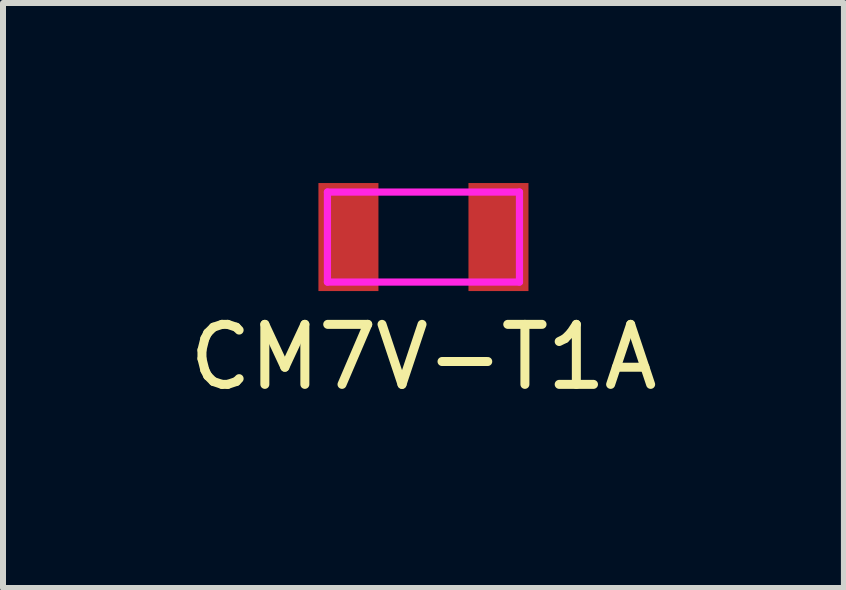
<source format=kicad_pcb>
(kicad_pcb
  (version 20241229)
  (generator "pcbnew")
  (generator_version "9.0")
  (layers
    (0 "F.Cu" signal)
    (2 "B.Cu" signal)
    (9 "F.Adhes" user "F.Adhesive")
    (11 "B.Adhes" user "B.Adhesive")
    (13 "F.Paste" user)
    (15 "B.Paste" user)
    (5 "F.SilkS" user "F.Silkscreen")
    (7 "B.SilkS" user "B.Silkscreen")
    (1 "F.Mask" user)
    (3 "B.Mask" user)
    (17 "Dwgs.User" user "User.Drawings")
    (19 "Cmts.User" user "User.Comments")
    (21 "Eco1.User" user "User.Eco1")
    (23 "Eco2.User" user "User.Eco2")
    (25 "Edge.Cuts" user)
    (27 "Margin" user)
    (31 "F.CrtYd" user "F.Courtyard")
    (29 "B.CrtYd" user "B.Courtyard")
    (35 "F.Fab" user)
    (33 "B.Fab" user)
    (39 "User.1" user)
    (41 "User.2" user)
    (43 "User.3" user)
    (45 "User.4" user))
  (footprint "CM7V-T1A"
    (layer "F.Cu")
    (at 4.006 0.9)
    (property "Reference" "CM7V-T1A" (at 0 2 0) (layer "F.SilkS") (effects (font (size 1 1) (thickness 0.15))))
    (attr through_hole)
    (fp_line (start -1.6 -0.75) (end -1.6 0.75) (stroke (width 0.12) (type solid)) (layer "F.CrtYd"))
    (fp_line (start -1.6 -0.75) (end 1.6 -0.75) (stroke (width 0.12) (type solid)) (layer "F.CrtYd"))
    (fp_line (start -1.6 0.75) (end 1.6 0.75) (stroke (width 0.12) (type solid)) (layer "F.CrtYd"))
    (fp_line (start 1.6 -0.75) (end 1.6 0.75) (stroke (width 0.12) (type solid)) (layer "F.CrtYd"))
    (pad "1" smd rect (at -1.25 0) (size 1 1.8) (layers "F.Cu" "F.Mask" "F.Paste"))
    (pad "2" smd rect (at 1.25 0) (size 1 1.8) (layers "F.Cu" "F.Mask" "F.Paste")))
  (gr_rect
    (start -3 -3)
    (end 11.012 6.748)
    (stroke (width 0.1) (type default))
    (fill no)
    (layer "Edge.Cuts")))
</source>
